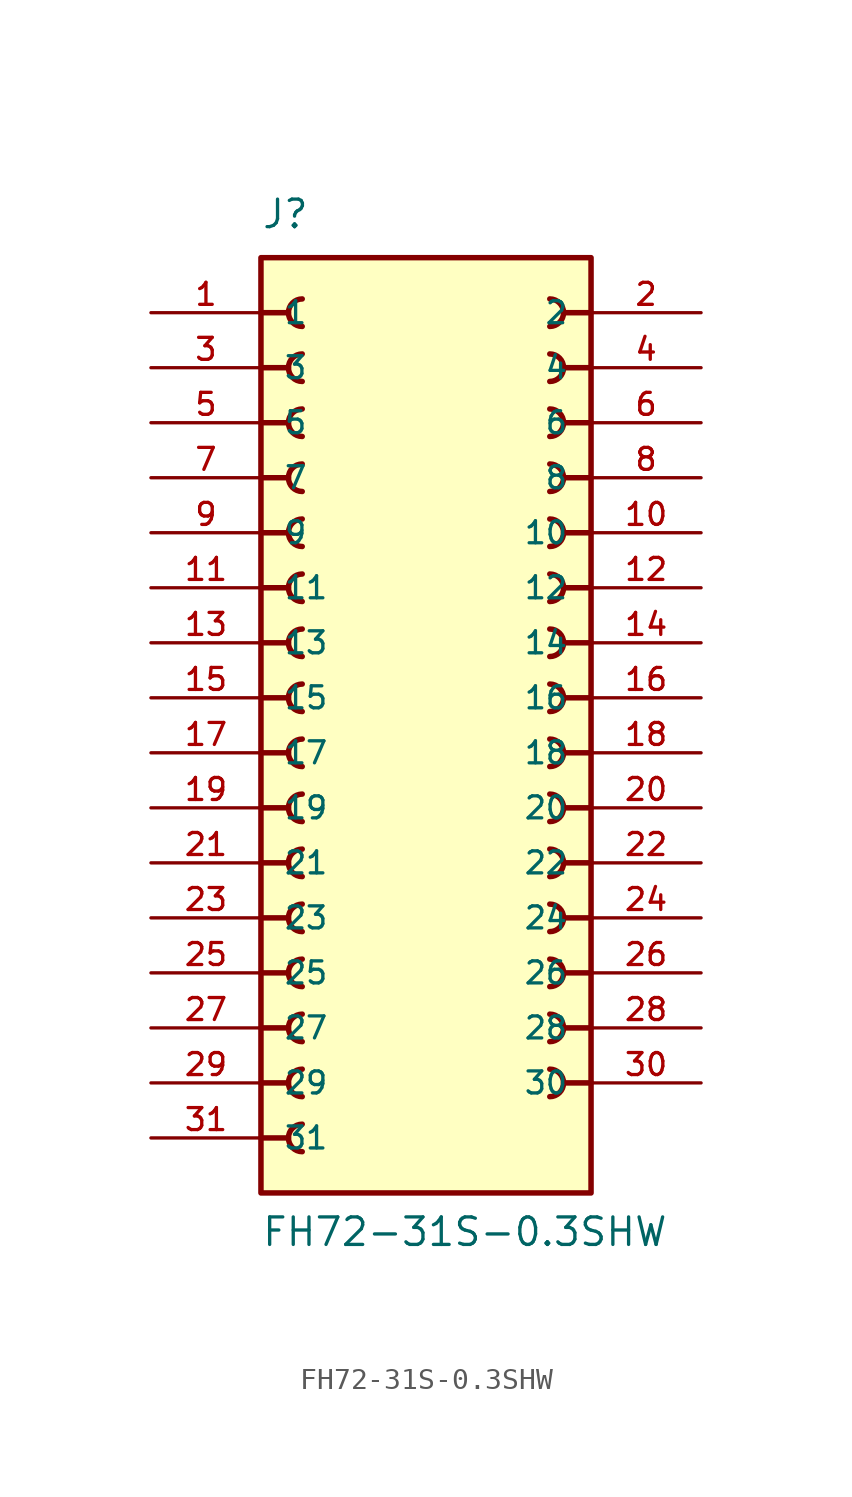
<source format=kicad_sym>
(kicad_symbol_lib
  (version 20241209)
  (generator "kicad_symbol_editor")
  (generator_version "9.0")
  (symbol "FH72-31S-0.3SHW"
    (pin_names
      (offset 1.016))
    (property "Reference" "J"
      (at -7.62 21.59 0)
      (effects (font (size 1.27 1.27)) (justify left bottom)))
    (property "Value" "FH72-31S-0.3SHW"
      (at -7.62 -25.4 0)
      (effects (font (size 1.27 1.27)) (justify left bottom)))
    (symbol "FH72-31S-0.3SHW_0_0"
      (polyline (pts (xy -7.62 17.78) (xy -6.35 17.78)) (stroke (width 0.254) (type default)) (fill (type none)))
      (polyline (pts (xy -7.62 15.24) (xy -6.35 15.24)) (stroke (width 0.254) (type default)) (fill (type none)))
      (polyline (pts (xy -7.62 12.7) (xy -6.35 12.7)) (stroke (width 0.254) (type default)) (fill (type none)))
      (polyline (pts (xy -7.62 10.16) (xy -6.35 10.16)) (stroke (width 0.254) (type default)) (fill (type none)))
      (polyline (pts (xy -7.62 7.62) (xy -6.35 7.62)) (stroke (width 0.254) (type default)) (fill (type none)))
      (polyline (pts (xy -7.62 5.08) (xy -6.35 5.08)) (stroke (width 0.254) (type default)) (fill (type none)))
      (polyline (pts (xy -7.62 2.54) (xy -6.35 2.54)) (stroke (width 0.254) (type default)) (fill (type none)))
      (polyline (pts (xy -7.62 0) (xy -6.35 0)) (stroke (width 0.254) (type default)) (fill (type none)))
      (polyline (pts (xy -7.62 -2.54) (xy -6.35 -2.54)) (stroke (width 0.254) (type default)) (fill (type none)))
      (polyline (pts (xy -7.62 -5.08) (xy -6.35 -5.08)) (stroke (width 0.254) (type default)) (fill (type none)))
      (polyline (pts (xy -7.62 -7.62) (xy -6.35 -7.62)) (stroke (width 0.254) (type default)) (fill (type none)))
      (polyline (pts (xy -7.62 -10.16) (xy -6.35 -10.16)) (stroke (width 0.254) (type default)) (fill (type none)))
      (polyline (pts (xy -7.62 -12.7) (xy -6.35 -12.7)) (stroke (width 0.254) (type default)) (fill (type none)))
      (polyline (pts (xy -7.62 -15.24) (xy -6.35 -15.24)) (stroke (width 0.254) (type default)) (fill (type none)))
      (polyline (pts (xy -7.62 -17.78) (xy -6.35 -17.78)) (stroke (width 0.254) (type default)) (fill (type none)))
      (polyline (pts (xy -7.62 -20.32) (xy -6.35 -20.32)) (stroke (width 0.254) (type default)) (fill (type none)))
      (rectangle (start -7.62 -22.86) (end 7.62 20.32) (stroke (width 0.254) (type default)) (fill (type background)))
      (arc (start -5.715 17.145) (mid -6.3472 17.78) (end -5.715 18.415) (stroke (width 0.254) (type default)) (fill (type none)))
      (arc (start -5.715 14.605) (mid -6.3472 15.24) (end -5.715 15.875) (stroke (width 0.254) (type default)) (fill (type none)))
      (arc (start -5.715 12.065) (mid -6.3472 12.7) (end -5.715 13.335) (stroke (width 0.254) (type default)) (fill (type none)))
      (arc (start -5.715 9.525) (mid -6.3472 10.16) (end -5.715 10.795) (stroke (width 0.254) (type default)) (fill (type none)))
      (arc (start -5.715 6.985) (mid -6.3472 7.62) (end -5.715 8.255) (stroke (width 0.254) (type default)) (fill (type none)))
      (arc (start -5.715 4.445) (mid -6.3472 5.08) (end -5.715 5.715) (stroke (width 0.254) (type default)) (fill (type none)))
      (arc (start -5.715 1.905) (mid -6.3472 2.54) (end -5.715 3.175) (stroke (width 0.254) (type default)) (fill (type none)))
      (arc (start -5.715 -0.635) (mid -6.3472 0) (end -5.715 0.635) (stroke (width 0.254) (type default)) (fill (type none)))
      (arc (start -5.715 -3.175) (mid -6.3472 -2.54) (end -5.715 -1.905) (stroke (width 0.254) (type default)) (fill (type none)))
      (arc (start -5.715 -5.715) (mid -6.3472 -5.08) (end -5.715 -4.445) (stroke (width 0.254) (type default)) (fill (type none)))
      (arc (start -5.715 -8.255) (mid -6.3472 -7.62) (end -5.715 -6.985) (stroke (width 0.254) (type default)) (fill (type none)))
      (arc (start -5.715 -10.795) (mid -6.3472 -10.16) (end -5.715 -9.525) (stroke (width 0.254) (type default)) (fill (type none)))
      (arc (start -5.715 -13.335) (mid -6.3472 -12.7) (end -5.715 -12.065) (stroke (width 0.254) (type default)) (fill (type none)))
      (arc (start -5.715 -15.875) (mid -6.3472 -15.24) (end -5.715 -14.605) (stroke (width 0.254) (type default)) (fill (type none)))
      (arc (start -5.715 -18.415) (mid -6.3472 -17.78) (end -5.715 -17.145) (stroke (width 0.254) (type default)) (fill (type none)))
      (arc (start -5.715 -20.955) (mid -6.3472 -20.32) (end -5.715 -19.685) (stroke (width 0.254) (type default)) (fill (type none)))
      (arc (start 5.715 18.415) (mid 6.347 17.78) (end 5.715 17.145) (stroke (width 0.254) (type default)) (fill (type none)))
      (arc (start 5.715 15.875) (mid 6.347 15.24) (end 5.715 14.605) (stroke (width 0.254) (type default)) (fill (type none)))
      (arc (start 5.715 13.335) (mid 6.347 12.7) (end 5.715 12.065) (stroke (width 0.254) (type default)) (fill (type none)))
      (arc (start 5.715 10.795) (mid 6.347 10.16) (end 5.715 9.525) (stroke (width 0.254) (type default)) (fill (type none)))
      (arc (start 5.715 8.255) (mid 6.347 7.62) (end 5.715 6.985) (stroke (width 0.254) (type default)) (fill (type none)))
      (arc (start 5.715 5.715) (mid 6.347 5.08) (end 5.715 4.445) (stroke (width 0.254) (type default)) (fill (type none)))
      (arc (start 5.715 3.175) (mid 6.347 2.54) (end 5.715 1.905) (stroke (width 0.254) (type default)) (fill (type none)))
      (arc (start 5.715 0.635) (mid 6.347 0) (end 5.715 -0.635) (stroke (width 0.254) (type default)) (fill (type none)))
      (arc (start 5.715 -1.905) (mid 6.347 -2.54) (end 5.715 -3.175) (stroke (width 0.254) (type default)) (fill (type none)))
      (arc (start 5.715 -4.445) (mid 6.347 -5.08) (end 5.715 -5.715) (stroke (width 0.254) (type default)) (fill (type none)))
      (arc (start 5.715 -6.985) (mid 6.347 -7.62) (end 5.715 -8.255) (stroke (width 0.254) (type default)) (fill (type none)))
      (arc (start 5.715 -9.525) (mid 6.347 -10.16) (end 5.715 -10.795) (stroke (width 0.254) (type default)) (fill (type none)))
      (arc (start 5.715 -12.065) (mid 6.347 -12.7) (end 5.715 -13.335) (stroke (width 0.254) (type default)) (fill (type none)))
      (arc (start 5.715 -14.605) (mid 6.347 -15.24) (end 5.715 -15.875) (stroke (width 0.254) (type default)) (fill (type none)))
      (arc (start 5.715 -17.145) (mid 6.347 -17.78) (end 5.715 -18.415) (stroke (width 0.254) (type default)) (fill (type none)))
      (polyline (pts (xy 7.62 17.78) (xy 6.35 17.78)) (stroke (width 0.254) (type default)) (fill (type none)))
      (polyline (pts (xy 7.62 15.24) (xy 6.35 15.24)) (stroke (width 0.254) (type default)) (fill (type none)))
      (polyline (pts (xy 7.62 12.7) (xy 6.35 12.7)) (stroke (width 0.254) (type default)) (fill (type none)))
      (polyline (pts (xy 7.62 10.16) (xy 6.35 10.16)) (stroke (width 0.254) (type default)) (fill (type none)))
      (polyline (pts (xy 7.62 7.62) (xy 6.35 7.62)) (stroke (width 0.254) (type default)) (fill (type none)))
      (polyline (pts (xy 7.62 5.08) (xy 6.35 5.08)) (stroke (width 0.254) (type default)) (fill (type none)))
      (polyline (pts (xy 7.62 2.54) (xy 6.35 2.54)) (stroke (width 0.254) (type default)) (fill (type none)))
      (polyline (pts (xy 7.62 0) (xy 6.35 0)) (stroke (width 0.254) (type default)) (fill (type none)))
      (polyline (pts (xy 7.62 -2.54) (xy 6.35 -2.54)) (stroke (width 0.254) (type default)) (fill (type none)))
      (polyline (pts (xy 7.62 -5.08) (xy 6.35 -5.08)) (stroke (width 0.254) (type default)) (fill (type none)))
      (polyline (pts (xy 7.62 -7.62) (xy 6.35 -7.62)) (stroke (width 0.254) (type default)) (fill (type none)))
      (polyline (pts (xy 7.62 -10.16) (xy 6.35 -10.16)) (stroke (width 0.254) (type default)) (fill (type none)))
      (polyline (pts (xy 7.62 -12.7) (xy 6.35 -12.7)) (stroke (width 0.254) (type default)) (fill (type none)))
      (polyline (pts (xy 7.62 -15.24) (xy 6.35 -15.24)) (stroke (width 0.254) (type default)) (fill (type none)))
      (polyline (pts (xy 7.62 -17.78) (xy 6.35 -17.78)) (stroke (width 0.254) (type default)) (fill (type none)))
      (pin passive line (at -12.7 17.78 0) (length 5.08) (name "1" (effects (font (size 1.016 1.016)))) (number "1" (effects (font (size 1.016 1.016)))))
      (pin passive line (at -12.7 15.24 0) (length 5.08) (name "3" (effects (font (size 1.016 1.016)))) (number "3" (effects (font (size 1.016 1.016)))))
      (pin passive line (at -12.7 12.7 0) (length 5.08) (name "5" (effects (font (size 1.016 1.016)))) (number "5" (effects (font (size 1.016 1.016)))))
      (pin passive line (at -12.7 10.16 0) (length 5.08) (name "7" (effects (font (size 1.016 1.016)))) (number "7" (effects (font (size 1.016 1.016)))))
      (pin passive line (at -12.7 7.62 0) (length 5.08) (name "9" (effects (font (size 1.016 1.016)))) (number "9" (effects (font (size 1.016 1.016)))))
      (pin passive line (at -12.7 5.08 0) (length 5.08) (name "11" (effects (font (size 1.016 1.016)))) (number "11" (effects (font (size 1.016 1.016)))))
      (pin passive line (at -12.7 2.54 0) (length 5.08) (name "13" (effects (font (size 1.016 1.016)))) (number "13" (effects (font (size 1.016 1.016)))))
      (pin passive line (at -12.7 0 0) (length 5.08) (name "15" (effects (font (size 1.016 1.016)))) (number "15" (effects (font (size 1.016 1.016)))))
      (pin passive line (at -12.7 -2.54 0) (length 5.08) (name "17" (effects (font (size 1.016 1.016)))) (number "17" (effects (font (size 1.016 1.016)))))
      (pin passive line (at -12.7 -5.08 0) (length 5.08) (name "19" (effects (font (size 1.016 1.016)))) (number "19" (effects (font (size 1.016 1.016)))))
      (pin passive line (at -12.7 -7.62 0) (length 5.08) (name "21" (effects (font (size 1.016 1.016)))) (number "21" (effects (font (size 1.016 1.016)))))
      (pin passive line (at -12.7 -10.16 0) (length 5.08) (name "23" (effects (font (size 1.016 1.016)))) (number "23" (effects (font (size 1.016 1.016)))))
      (pin passive line (at -12.7 -12.7 0) (length 5.08) (name "25" (effects (font (size 1.016 1.016)))) (number "25" (effects (font (size 1.016 1.016)))))
      (pin passive line (at -12.7 -15.24 0) (length 5.08) (name "27" (effects (font (size 1.016 1.016)))) (number "27" (effects (font (size 1.016 1.016)))))
      (pin passive line (at -12.7 -17.78 0) (length 5.08) (name "29" (effects (font (size 1.016 1.016)))) (number "29" (effects (font (size 1.016 1.016)))))
      (pin passive line (at -12.7 -20.32 0) (length 5.08) (name "31" (effects (font (size 1.016 1.016)))) (number "31" (effects (font (size 1.016 1.016)))))
      (pin passive line (at 12.7 17.78 180) (length 5.08) (name "2" (effects (font (size 1.016 1.016)))) (number "2" (effects (font (size 1.016 1.016)))))
      (pin passive line (at 12.7 15.24 180) (length 5.08) (name "4" (effects (font (size 1.016 1.016)))) (number "4" (effects (font (size 1.016 1.016)))))
      (pin passive line (at 12.7 12.7 180) (length 5.08) (name "6" (effects (font (size 1.016 1.016)))) (number "6" (effects (font (size 1.016 1.016)))))
      (pin passive line (at 12.7 10.16 180) (length 5.08) (name "8" (effects (font (size 1.016 1.016)))) (number "8" (effects (font (size 1.016 1.016)))))
      (pin passive line (at 12.7 7.62 180) (length 5.08) (name "10" (effects (font (size 1.016 1.016)))) (number "10" (effects (font (size 1.016 1.016)))))
      (pin passive line (at 12.7 5.08 180) (length 5.08) (name "12" (effects (font (size 1.016 1.016)))) (number "12" (effects (font (size 1.016 1.016)))))
      (pin passive line (at 12.7 2.54 180) (length 5.08) (name "14" (effects (font (size 1.016 1.016)))) (number "14" (effects (font (size 1.016 1.016)))))
      (pin passive line (at 12.7 0 180) (length 5.08) (name "16" (effects (font (size 1.016 1.016)))) (number "16" (effects (font (size 1.016 1.016)))))
      (pin passive line (at 12.7 -2.54 180) (length 5.08) (name "18" (effects (font (size 1.016 1.016)))) (number "18" (effects (font (size 1.016 1.016)))))
      (pin passive line (at 12.7 -5.08 180) (length 5.08) (name "20" (effects (font (size 1.016 1.016)))) (number "20" (effects (font (size 1.016 1.016)))))
      (pin passive line (at 12.7 -7.62 180) (length 5.08) (name "22" (effects (font (size 1.016 1.016)))) (number "22" (effects (font (size 1.016 1.016)))))
      (pin passive line (at 12.7 -10.16 180) (length 5.08) (name "24" (effects (font (size 1.016 1.016)))) (number "24" (effects (font (size 1.016 1.016)))))
      (pin passive line (at 12.7 -12.7 180) (length 5.08) (name "26" (effects (font (size 1.016 1.016)))) (number "26" (effects (font (size 1.016 1.016)))))
      (pin passive line (at 12.7 -15.24 180) (length 5.08) (name "28" (effects (font (size 1.016 1.016)))) (number "28" (effects (font (size 1.016 1.016)))))
      (pin passive line (at 12.7 -17.78 180) (length 5.08) (name "30" (effects (font (size 1.016 1.016)))) (number "30" (effects (font (size 1.016 1.016))))))))
</source>
